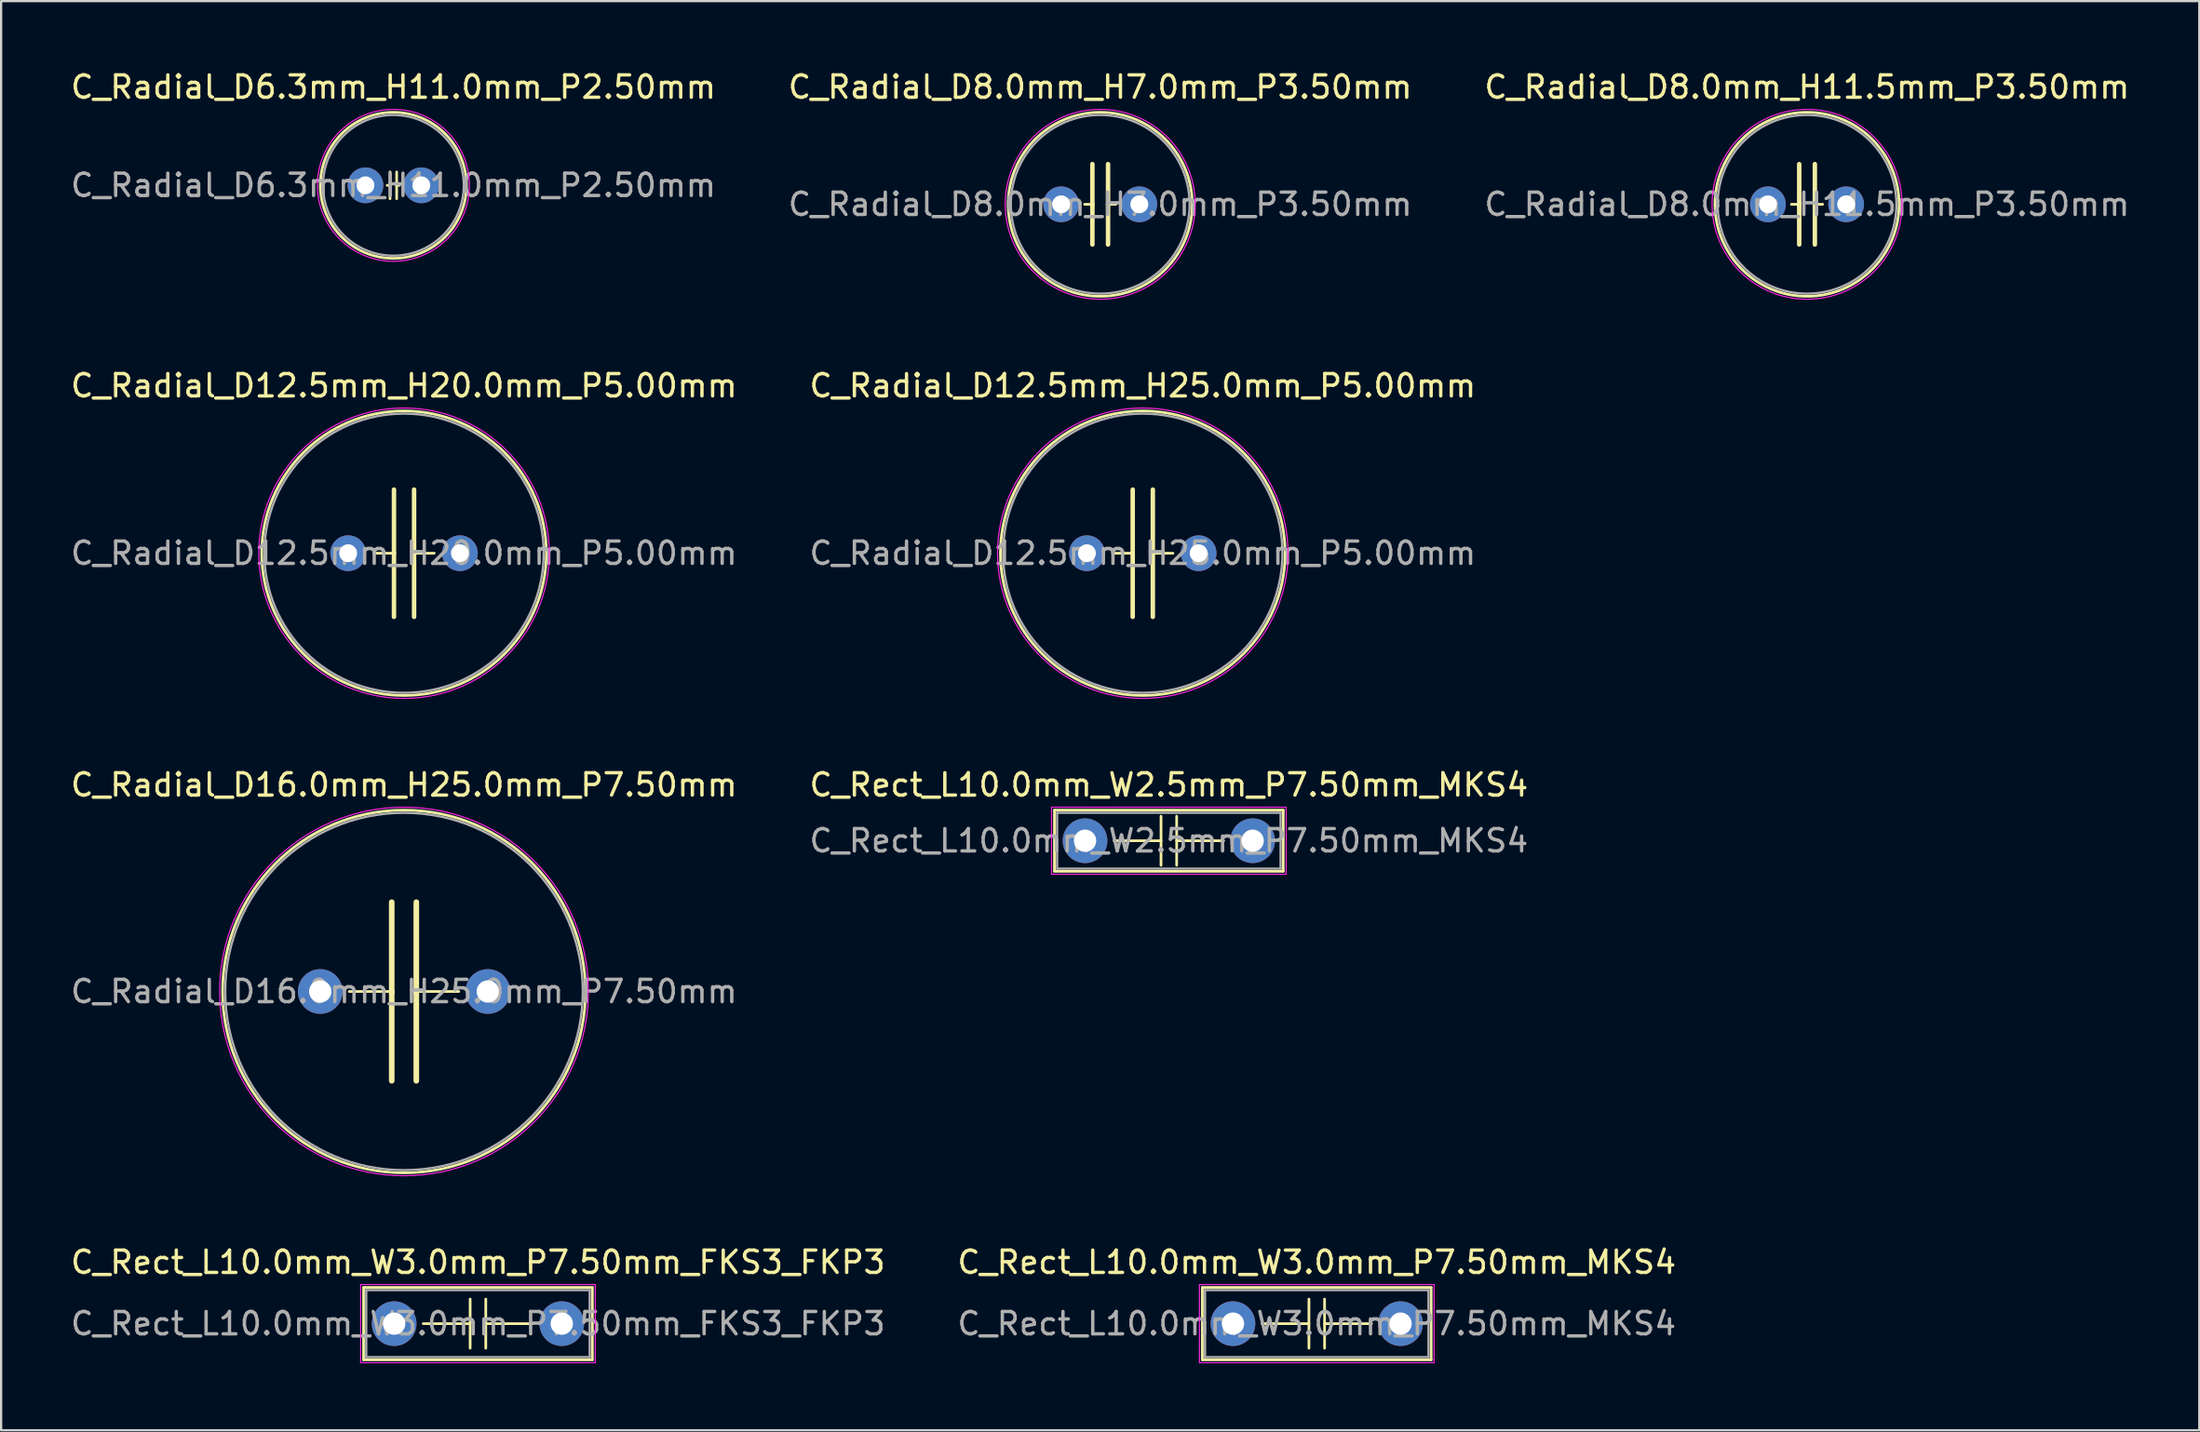
<source format=kicad_pcb>
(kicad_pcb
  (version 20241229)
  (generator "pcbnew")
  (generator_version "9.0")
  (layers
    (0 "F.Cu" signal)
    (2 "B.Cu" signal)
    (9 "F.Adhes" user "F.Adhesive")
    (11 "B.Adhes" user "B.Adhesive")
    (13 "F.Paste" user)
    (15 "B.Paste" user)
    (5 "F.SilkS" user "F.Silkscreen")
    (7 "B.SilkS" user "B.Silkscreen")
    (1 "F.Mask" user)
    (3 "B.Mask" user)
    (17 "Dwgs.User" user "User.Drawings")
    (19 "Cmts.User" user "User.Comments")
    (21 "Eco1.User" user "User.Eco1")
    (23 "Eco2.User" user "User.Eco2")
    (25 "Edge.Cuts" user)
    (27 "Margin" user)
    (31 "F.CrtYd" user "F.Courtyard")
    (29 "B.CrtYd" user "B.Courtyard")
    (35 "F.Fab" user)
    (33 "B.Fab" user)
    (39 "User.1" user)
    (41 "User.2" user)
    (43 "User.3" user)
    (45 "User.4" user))
  (footprint "C_Radial_D8.0mm_H11.5mm_P3.50mm"
    (layer "F.Cu")
    (at 76.065 6.098)
    (property "Reference" "C_Radial_D8.0mm_H11.5mm_P3.50mm" (at 1.75 -5.25 0) (layer "F.SilkS") (effects (font (size 1 1) (thickness 0.15))))
    (fp_line (start 1.05 0) (end 1.4 0) (stroke (width 0.12) (type solid)) (layer "F.SilkS"))
    (fp_line (start 1.4 0) (end 1.4 1.8) (stroke (width 0.2) (type solid)) (layer "F.SilkS"))
    (fp_line (start 1.4 0.042) (end 1.4 -1.8) (stroke (width 0.2) (type solid)) (layer "F.SilkS"))
    (fp_line (start 2.1 0) (end 2.1 -1.8) (stroke (width 0.2) (type solid)) (layer "F.SilkS"))
    (fp_line (start 2.1 0) (end 2.1 1.8) (stroke (width 0.2) (type solid)) (layer "F.SilkS"))
    (fp_line (start 2.45 0) (end 2.1 0) (stroke (width 0.12) (type solid)) (layer "F.SilkS"))
    (fp_circle (center 1.75 0) (end 5.87 0) (stroke (width 0.12) (type solid)) (fill no) (layer "F.SilkS"))
    (fp_circle (center 1.75 0) (end 6 0) (stroke (width 0.05) (type solid)) (fill no) (layer "F.CrtYd"))
    (fp_circle (center 1.75 0) (end 5.75 0) (stroke (width 0.1) (type solid)) (fill no) (layer "F.Fab"))
    (fp_text user "${REFERENCE}" (at 1.75 0 0) (layer "F.Fab") (effects (font (size 1 1) (thickness 0.15))))
    (pad "1" thru_hole circle (at 0 0) (size 1.6 1.6) (drill 0.8) (layers "*.Cu" "*.Mask"))
    (pad "2" thru_hole circle (at 3.5 0) (size 1.6 1.6) (drill 0.8) (layers "*.Cu" "*.Mask")))
  (footprint "C_Radial_D6.3mm_H11.0mm_P2.50mm"
    (layer "F.Cu")
    (at 13.304 5.248)
    (property "Reference" "C_Radial_D6.3mm_H11.0mm_P2.50mm" (at 1.25 -4.4 0) (layer "F.SilkS") (effects (font (size 1 1) (thickness 0.15))))
    (fp_line (start 0.973 0) (end 1.1 0) (stroke (width 0.12) (type solid)) (layer "F.SilkS"))
    (fp_line (start 1.1 0) (end 1.1 -0.6) (stroke (width 0.12) (type solid)) (layer "F.SilkS"))
    (fp_line (start 1.1 0) (end 1.1 0.6) (stroke (width 0.12) (type solid)) (layer "F.SilkS"))
    (fp_line (start 1.397 0) (end 1.397 -0.6) (stroke (width 0.12) (type solid)) (layer "F.SilkS"))
    (fp_line (start 1.397 0) (end 1.397 0.6) (stroke (width 0.12) (type solid)) (layer "F.SilkS"))
    (fp_line (start 1.524 0) (end 1.397 0) (stroke (width 0.12) (type solid)) (layer "F.SilkS"))
    (fp_circle (center 1.25 0) (end 4.52 0) (stroke (width 0.12) (type solid)) (fill no) (layer "F.SilkS"))
    (fp_circle (center 1.25 0) (end 4.65 0) (stroke (width 0.05) (type solid)) (fill no) (layer "F.CrtYd"))
    (fp_circle (center 1.25 0) (end 4.4 0) (stroke (width 0.1) (type solid)) (fill no) (layer "F.Fab"))
    (fp_text user "${REFERENCE}" (at 1.25 0 0) (layer "F.Fab") (effects (font (size 1 1) (thickness 0.15))))
    (pad "1" thru_hole circle (at 0 0) (size 1.6 1.6) (drill 0.8) (layers "*.Cu" "*.Mask"))
    (pad "2" thru_hole circle (at 2.5 0) (size 1.6 1.6) (drill 0.8) (layers "*.Cu" "*.Mask")))
  (footprint "C_Radial_D12.5mm_H25.0mm_P5.00mm"
    (layer "F.Cu")
    (at 45.589 21.721)
    (property "Reference" "C_Radial_D12.5mm_H25.0mm_P5.00mm" (at 2.5 -7.5 0) (layer "F.SilkS") (effects (font (size 1 1) (thickness 0.15))))
    (fp_line (start 1.15 0) (end 2.05 0) (stroke (width 0.12) (type solid)) (layer "F.SilkS"))
    (fp_line (start 2.05 0) (end 2.05 -2.85) (stroke (width 0.2) (type solid)) (layer "F.SilkS"))
    (fp_line (start 2.05 2.85) (end 2.05 0) (stroke (width 0.2) (type solid)) (layer "F.SilkS"))
    (fp_line (start 2.95 0) (end 2.95 -2.85) (stroke (width 0.2) (type solid)) (layer "F.SilkS"))
    (fp_line (start 2.95 0) (end 3.85 0) (stroke (width 0.12) (type solid)) (layer "F.SilkS"))
    (fp_line (start 2.95 2.85) (end 2.95 -0.007) (stroke (width 0.2) (type solid)) (layer "F.SilkS"))
    (fp_circle (center 2.5 0) (end 8.87 0) (stroke (width 0.12) (type solid)) (fill no) (layer "F.SilkS"))
    (fp_circle (center 2.5 0) (end 9 0) (stroke (width 0.05) (type solid)) (fill no) (layer "F.CrtYd"))
    (fp_circle (center 2.5 0) (end 8.75 0) (stroke (width 0.1) (type solid)) (fill no) (layer "F.Fab"))
    (fp_text user "${REFERENCE}" (at 2.5 0 0) (layer "F.Fab") (effects (font (size 1 1) (thickness 0.15))))
    (pad "1" thru_hole circle (at 0 0) (size 1.6 1.6) (drill 0.8) (layers "*.Cu" "*.Mask"))
    (pad "2" thru_hole circle (at 5 0) (size 1.6 1.6) (drill 0.8) (layers "*.Cu" "*.Mask")))
  (footprint "C_Radial_D16.0mm_H25.0mm_P7.50mm"
    (layer "F.Cu")
    (at 11.28 41.345)
    (property "Reference" "C_Radial_D16.0mm_H25.0mm_P7.50mm" (at 3.75 -9.25 0) (layer "F.SilkS") (effects (font (size 1 1) (thickness 0.15))))
    (fp_line (start 1.3 0) (end 3.2 0) (stroke (width 0.12) (type solid)) (layer "F.SilkS"))
    (fp_line (start 3.2 0.05) (end 3.2 -4) (stroke (width 0.25) (type solid)) (layer "F.SilkS"))
    (fp_line (start 3.2 4) (end 3.2 0) (stroke (width 0.25) (type solid)) (layer "F.SilkS"))
    (fp_line (start 4.3 0) (end 6.2 0) (stroke (width 0.12) (type solid)) (layer "F.SilkS"))
    (fp_line (start 4.3 0.05) (end 4.3 -4) (stroke (width 0.25) (type solid)) (layer "F.SilkS"))
    (fp_line (start 4.3 4) (end 4.3 0) (stroke (width 0.25) (type solid)) (layer "F.SilkS"))
    (fp_circle (center 3.75 0) (end 11.87 0) (stroke (width 0.12) (type solid)) (fill no) (layer "F.SilkS"))
    (fp_circle (center 3.75 0) (end 12 0) (stroke (width 0.05) (type solid)) (fill no) (layer "F.CrtYd"))
    (fp_circle (center 3.75 0) (end 11.75 0) (stroke (width 0.1) (type solid)) (fill no) (layer "F.Fab"))
    (fp_text user "${REFERENCE}" (at 3.75 0 0) (layer "F.Fab") (effects (font (size 1 1) (thickness 0.15))))
    (pad "1" thru_hole circle (at 0 0) (size 2 2) (drill 1) (layers "*.Cu" "*.Mask"))
    (pad "2" thru_hole circle (at 7.5 0) (size 2 2) (drill 1) (layers "*.Cu" "*.Mask")))
  (footprint "C_Radial_D12.5mm_H20.0mm_P5.00mm"
    (layer "F.Cu")
    (at 12.53 21.721)
    (property "Reference" "C_Radial_D12.5mm_H20.0mm_P5.00mm" (at 2.5 -7.5 0) (layer "F.SilkS") (effects (font (size 1 1) (thickness 0.15))))
    (fp_line (start 1.15 0) (end 2.05 0) (stroke (width 0.12) (type solid)) (layer "F.SilkS"))
    (fp_line (start 2.05 0) (end 2.05 -2.85) (stroke (width 0.2) (type solid)) (layer "F.SilkS"))
    (fp_line (start 2.05 2.85) (end 2.05 0) (stroke (width 0.2) (type solid)) (layer "F.SilkS"))
    (fp_line (start 2.95 0) (end 2.95 -2.85) (stroke (width 0.2) (type solid)) (layer "F.SilkS"))
    (fp_line (start 2.95 0) (end 3.85 0) (stroke (width 0.12) (type solid)) (layer "F.SilkS"))
    (fp_line (start 2.95 2.85) (end 2.95 -0.007) (stroke (width 0.2) (type solid)) (layer "F.SilkS"))
    (fp_circle (center 2.5 0) (end 8.87 0) (stroke (width 0.12) (type solid)) (fill no) (layer "F.SilkS"))
    (fp_circle (center 2.5 0) (end 9 0) (stroke (width 0.05) (type solid)) (fill no) (layer "F.CrtYd"))
    (fp_circle (center 2.5 0) (end 8.75 0) (stroke (width 0.1) (type solid)) (fill no) (layer "F.Fab"))
    (fp_text user "${REFERENCE}" (at 2.5 0 0) (layer "F.Fab") (effects (font (size 1 1) (thickness 0.15))))
    (pad "1" thru_hole circle (at 0 0) (size 1.6 1.6) (drill 0.8) (layers "*.Cu" "*.Mask"))
    (pad "2" thru_hole circle (at 5 0) (size 1.6 1.6) (drill 0.8) (layers "*.Cu" "*.Mask")))
  (footprint "C_Rect_L10.0mm_W3.0mm_P7.50mm_FKS3_FKP3"
    (layer "F.Cu")
    (at 14.589 56.218)
    (property "Reference" "C_Rect_L10.0mm_W3.0mm_P7.50mm_FKS3_FKP3" (at 3.75 -2.75 0) (layer "F.SilkS") (effects (font (size 1 1) (thickness 0.15))))
    (attr through_hole)
    (fp_line (start -1.37 -1.62) (end -1.37 1.62) (stroke (width 0.12) (type solid)) (layer "F.SilkS"))
    (fp_line (start -1.37 -1.62) (end 8.87 -1.62) (stroke (width 0.12) (type solid)) (layer "F.SilkS"))
    (fp_line (start -1.37 1.62) (end 8.87 1.62) (stroke (width 0.12) (type solid)) (layer "F.SilkS"))
    (fp_line (start 1.3 0) (end 3.4 0) (stroke (width 0.12) (type solid)) (layer "F.SilkS"))
    (fp_line (start 3.4 -1.1) (end 3.4 1.1) (stroke (width 0.12) (type solid)) (layer "F.SilkS"))
    (fp_line (start 4.1 -1.1) (end 4.1 1.1) (stroke (width 0.12) (type solid)) (layer "F.SilkS"))
    (fp_line (start 4.1 0) (end 6.2 0) (stroke (width 0.12) (type solid)) (layer "F.SilkS"))
    (fp_line (start 8.87 -1.62) (end 8.87 1.62) (stroke (width 0.12) (type solid)) (layer "F.SilkS"))
    (fp_line (start -1.5 -1.75) (end -1.5 1.75) (stroke (width 0.05) (type solid)) (layer "F.CrtYd"))
    (fp_line (start -1.5 1.75) (end 9 1.75) (stroke (width 0.05) (type solid)) (layer "F.CrtYd"))
    (fp_line (start 9 -1.75) (end -1.5 -1.75) (stroke (width 0.05) (type solid)) (layer "F.CrtYd"))
    (fp_line (start 9 1.75) (end 9 -1.75) (stroke (width 0.05) (type solid)) (layer "F.CrtYd"))
    (fp_line (start -1.25 -1.5) (end -1.25 1.5) (stroke (width 0.1) (type solid)) (layer "F.Fab"))
    (fp_line (start -1.25 1.5) (end 8.75 1.5) (stroke (width 0.1) (type solid)) (layer "F.Fab"))
    (fp_line (start 8.75 -1.5) (end -1.25 -1.5) (stroke (width 0.1) (type solid)) (layer "F.Fab"))
    (fp_line (start 8.75 1.5) (end 8.75 -1.5) (stroke (width 0.1) (type solid)) (layer "F.Fab"))
    (fp_text user "${REFERENCE}" (at 3.75 0 0) (layer "F.Fab") (effects (font (size 1 1) (thickness 0.15))))
    (pad "1" thru_hole circle (at 0 0) (size 2 2) (drill 1) (layers "*.Cu" "*.Mask"))
    (pad "2" thru_hole circle (at 7.5 0) (size 2 2) (drill 1) (layers "*.Cu" "*.Mask")))
  (footprint "C_Radial_D8.0mm_H7.0mm_P3.50mm"
    (layer "F.Cu")
    (at 44.435 6.098)
    (property "Reference" "C_Radial_D8.0mm_H7.0mm_P3.50mm" (at 1.75 -5.25 0) (layer "F.SilkS") (effects (font (size 1 1) (thickness 0.15))))
    (fp_line (start 1.05 0) (end 1.4 0) (stroke (width 0.12) (type solid)) (layer "F.SilkS"))
    (fp_line (start 1.4 0) (end 1.4 1.8) (stroke (width 0.2) (type solid)) (layer "F.SilkS"))
    (fp_line (start 1.4 0.042) (end 1.4 -1.8) (stroke (width 0.2) (type solid)) (layer "F.SilkS"))
    (fp_line (start 2.1 0) (end 2.1 -1.8) (stroke (width 0.2) (type solid)) (layer "F.SilkS"))
    (fp_line (start 2.1 0) (end 2.1 1.8) (stroke (width 0.2) (type solid)) (layer "F.SilkS"))
    (fp_line (start 2.45 0) (end 2.1 0) (stroke (width 0.12) (type solid)) (layer "F.SilkS"))
    (fp_circle (center 1.75 0) (end 5.87 0) (stroke (width 0.12) (type solid)) (fill no) (layer "F.SilkS"))
    (fp_circle (center 1.75 0) (end 6 0) (stroke (width 0.05) (type solid)) (fill no) (layer "F.CrtYd"))
    (fp_circle (center 1.75 0) (end 5.75 0) (stroke (width 0.1) (type solid)) (fill no) (layer "F.Fab"))
    (fp_text user "${REFERENCE}" (at 1.75 0 0) (layer "F.Fab") (effects (font (size 1 1) (thickness 0.15))))
    (pad "1" thru_hole circle (at 0 0) (size 1.6 1.6) (drill 0.8) (layers "*.Cu" "*.Mask"))
    (pad "2" thru_hole circle (at 3.5 0) (size 1.6 1.6) (drill 0.8) (layers "*.Cu" "*.Mask")))
  (footprint "C_Rect_L10.0mm_W3.0mm_P7.50mm_MKS4"
    (layer "F.Cu")
    (at 52.125 56.218)
    (property "Reference" "C_Rect_L10.0mm_W3.0mm_P7.50mm_MKS4" (at 3.75 -2.75 0) (layer "F.SilkS") (effects (font (size 1 1) (thickness 0.15))))
    (attr through_hole)
    (fp_line (start -1.37 -1.62) (end -1.37 1.62) (stroke (width 0.12) (type solid)) (layer "F.SilkS"))
    (fp_line (start -1.37 -1.62) (end 8.87 -1.62) (stroke (width 0.12) (type solid)) (layer "F.SilkS"))
    (fp_line (start -1.37 1.62) (end 8.87 1.62) (stroke (width 0.12) (type solid)) (layer "F.SilkS"))
    (fp_line (start 1.3 0) (end 3.4 0) (stroke (width 0.12) (type solid)) (layer "F.SilkS"))
    (fp_line (start 3.4 -1.1) (end 3.4 1.1) (stroke (width 0.12) (type solid)) (layer "F.SilkS"))
    (fp_line (start 4.1 -1.1) (end 4.1 1.1) (stroke (width 0.12) (type solid)) (layer "F.SilkS"))
    (fp_line (start 4.1 0) (end 6.2 0) (stroke (width 0.12) (type solid)) (layer "F.SilkS"))
    (fp_line (start 8.87 -1.62) (end 8.87 1.62) (stroke (width 0.12) (type solid)) (layer "F.SilkS"))
    (fp_line (start -1.5 -1.75) (end -1.5 1.75) (stroke (width 0.05) (type solid)) (layer "F.CrtYd"))
    (fp_line (start -1.5 1.75) (end 9 1.75) (stroke (width 0.05) (type solid)) (layer "F.CrtYd"))
    (fp_line (start 9 -1.75) (end -1.5 -1.75) (stroke (width 0.05) (type solid)) (layer "F.CrtYd"))
    (fp_line (start 9 1.75) (end 9 -1.75) (stroke (width 0.05) (type solid)) (layer "F.CrtYd"))
    (fp_line (start -1.25 -1.5) (end -1.25 1.5) (stroke (width 0.1) (type solid)) (layer "F.Fab"))
    (fp_line (start -1.25 1.5) (end 8.75 1.5) (stroke (width 0.1) (type solid)) (layer "F.Fab"))
    (fp_line (start 8.75 -1.5) (end -1.25 -1.5) (stroke (width 0.1) (type solid)) (layer "F.Fab"))
    (fp_line (start 8.75 1.5) (end 8.75 -1.5) (stroke (width 0.1) (type solid)) (layer "F.Fab"))
    (fp_text user "${REFERENCE}" (at 3.75 0 0) (layer "F.Fab") (effects (font (size 1 1) (thickness 0.15))))
    (pad "1" thru_hole circle (at 0 0) (size 2 2) (drill 1) (layers "*.Cu" "*.Mask"))
    (pad "2" thru_hole circle (at 7.5 0) (size 2 2) (drill 1) (layers "*.Cu" "*.Mask")))
  (footprint "C_Rect_L10.0mm_W2.5mm_P7.50mm_MKS4"
    (layer "F.Cu")
    (at 45.506 34.595)
    (property "Reference" "C_Rect_L10.0mm_W2.5mm_P7.50mm_MKS4" (at 3.75 -2.5 0) (layer "F.SilkS") (effects (font (size 1 1) (thickness 0.15))))
    (attr through_hole)
    (fp_line (start -1.37 -1.37) (end -1.37 1.37) (stroke (width 0.12) (type solid)) (layer "F.SilkS"))
    (fp_line (start -1.37 -1.37) (end 8.87 -1.37) (stroke (width 0.12) (type solid)) (layer "F.SilkS"))
    (fp_line (start -1.37 1.37) (end 8.87 1.37) (stroke (width 0.12) (type solid)) (layer "F.SilkS"))
    (fp_line (start 1.3 0) (end 3.4 0) (stroke (width 0.12) (type solid)) (layer "F.SilkS"))
    (fp_line (start 3.4 -1.1) (end 3.4 1.1) (stroke (width 0.12) (type solid)) (layer "F.SilkS"))
    (fp_line (start 4.1 -1.1) (end 4.1 1.1) (stroke (width 0.12) (type solid)) (layer "F.SilkS"))
    (fp_line (start 4.1 0) (end 6.2 0) (stroke (width 0.12) (type solid)) (layer "F.SilkS"))
    (fp_line (start 8.87 -1.37) (end 8.87 1.37) (stroke (width 0.12) (type solid)) (layer "F.SilkS"))
    (fp_line (start -1.5 -1.5) (end -1.5 1.5) (stroke (width 0.05) (type solid)) (layer "F.CrtYd"))
    (fp_line (start -1.5 1.5) (end 9 1.5) (stroke (width 0.05) (type solid)) (layer "F.CrtYd"))
    (fp_line (start 9 -1.5) (end -1.5 -1.5) (stroke (width 0.05) (type solid)) (layer "F.CrtYd"))
    (fp_line (start 9 1.5) (end 9 -1.5) (stroke (width 0.05) (type solid)) (layer "F.CrtYd"))
    (fp_line (start -1.25 -1.25) (end -1.25 1.25) (stroke (width 0.1) (type solid)) (layer "F.Fab"))
    (fp_line (start -1.25 1.25) (end 8.75 1.25) (stroke (width 0.1) (type solid)) (layer "F.Fab"))
    (fp_line (start 8.75 -1.25) (end -1.25 -1.25) (stroke (width 0.1) (type solid)) (layer "F.Fab"))
    (fp_line (start 8.75 1.25) (end 8.75 -1.25) (stroke (width 0.1) (type solid)) (layer "F.Fab"))
    (fp_text user "${REFERENCE}" (at 3.75 0 0) (layer "F.Fab") (effects (font (size 1 1) (thickness 0.15))))
    (pad "1" thru_hole circle (at 0 0) (size 2 2) (drill 1) (layers "*.Cu" "*.Mask"))
    (pad "2" thru_hole circle (at 7.5 0) (size 2 2) (drill 1) (layers "*.Cu" "*.Mask")))
  (gr_rect
    (start -3 -3)
    (end 95.369 60.993)
    (stroke (width 0.1) (type default))
    (fill no)
    (layer "Edge.Cuts")))
</source>
